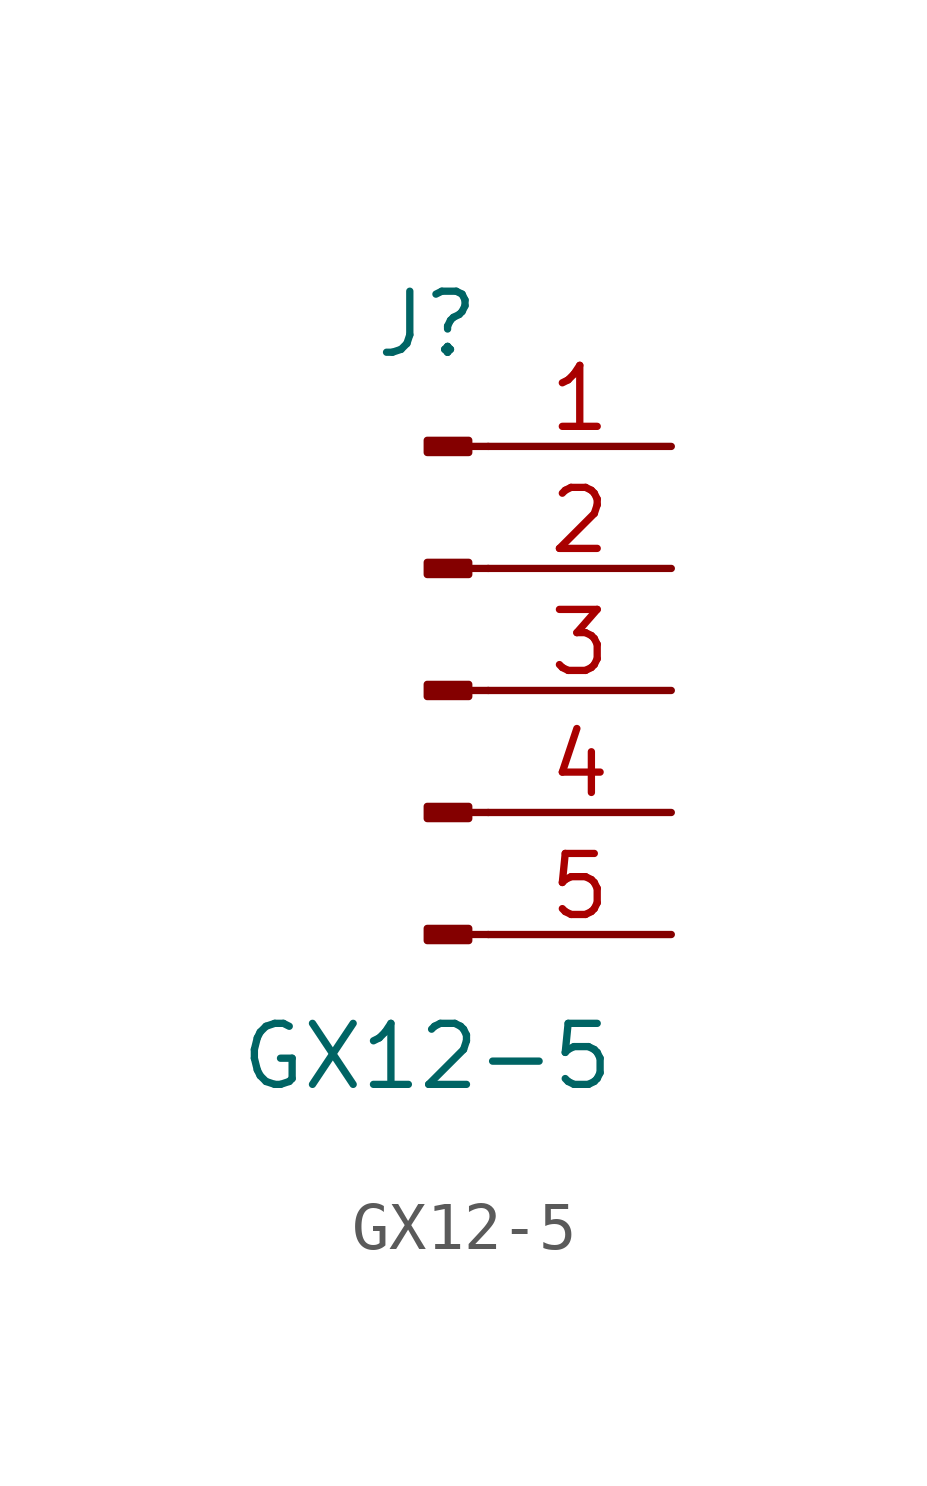
<source format=kicad_sym>
(kicad_symbol_lib
  (version 20211014)
  (generator kicad_symbol_editor)
  (symbol "GX12-5"
    (pin_names
      (offset 1.016) hide)
    (property "Reference" "J"
      (at 0 7.62 0)
      (effects (font (size 1.27 1.27))))
    (property "Value" "GX12-5"
      (at 0 -7.62 0)
      (effects (font (size 1.27 1.27))))
    (symbol "GX12-5_1_1"
      (polyline (pts (xy 1.27 -5.08) (xy 0.864 -5.08)) (stroke (width 0.152) (type default) (color 0 0 0 0)) (fill (type none)))
      (polyline (pts (xy 1.27 -2.54) (xy 0.864 -2.54)) (stroke (width 0.152) (type default) (color 0 0 0 0)) (fill (type none)))
      (polyline (pts (xy 1.27 0) (xy 0.864 0)) (stroke (width 0.152) (type default) (color 0 0 0 0)) (fill (type none)))
      (polyline (pts (xy 1.27 2.54) (xy 0.864 2.54)) (stroke (width 0.152) (type default) (color 0 0 0 0)) (fill (type none)))
      (polyline (pts (xy 1.27 5.08) (xy 0.864 5.08)) (stroke (width 0.152) (type default) (color 0 0 0 0)) (fill (type none)))
      (rectangle (start 0.864 -4.953) (end 0 -5.207) (stroke (width 0.152) (type default) (color 0 0 0 0)) (fill (type outline)))
      (rectangle (start 0.864 -2.413) (end 0 -2.667) (stroke (width 0.152) (type default) (color 0 0 0 0)) (fill (type outline)))
      (rectangle (start 0.864 0.127) (end 0 -0.127) (stroke (width 0.152) (type default) (color 0 0 0 0)) (fill (type outline)))
      (rectangle (start 0.864 2.667) (end 0 2.413) (stroke (width 0.152) (type default) (color 0 0 0 0)) (fill (type outline)))
      (rectangle (start 0.864 5.207) (end 0 4.953) (stroke (width 0.152) (type default) (color 0 0 0 0)) (fill (type outline)))
      (pin passive line (at 5.08 5.08 180) (length 3.81) (name "Pin_1" (effects (font (size 1.27 1.27)))) (number "1" (effects (font (size 1.27 1.27)))))
      (pin passive line (at 5.08 2.54 180) (length 3.81) (name "Pin_2" (effects (font (size 1.27 1.27)))) (number "2" (effects (font (size 1.27 1.27)))))
      (pin passive line (at 5.08 0 180) (length 3.81) (name "Pin_3" (effects (font (size 1.27 1.27)))) (number "3" (effects (font (size 1.27 1.27)))))
      (pin passive line (at 5.08 -2.54 180) (length 3.81) (name "Pin_4" (effects (font (size 1.27 1.27)))) (number "4" (effects (font (size 1.27 1.27)))))
      (pin passive line (at 5.08 -5.08 180) (length 3.81) (name "Pin_5" (effects (font (size 1.27 1.27)))) (number "5" (effects (font (size 1.27 1.27))))))))
</source>
